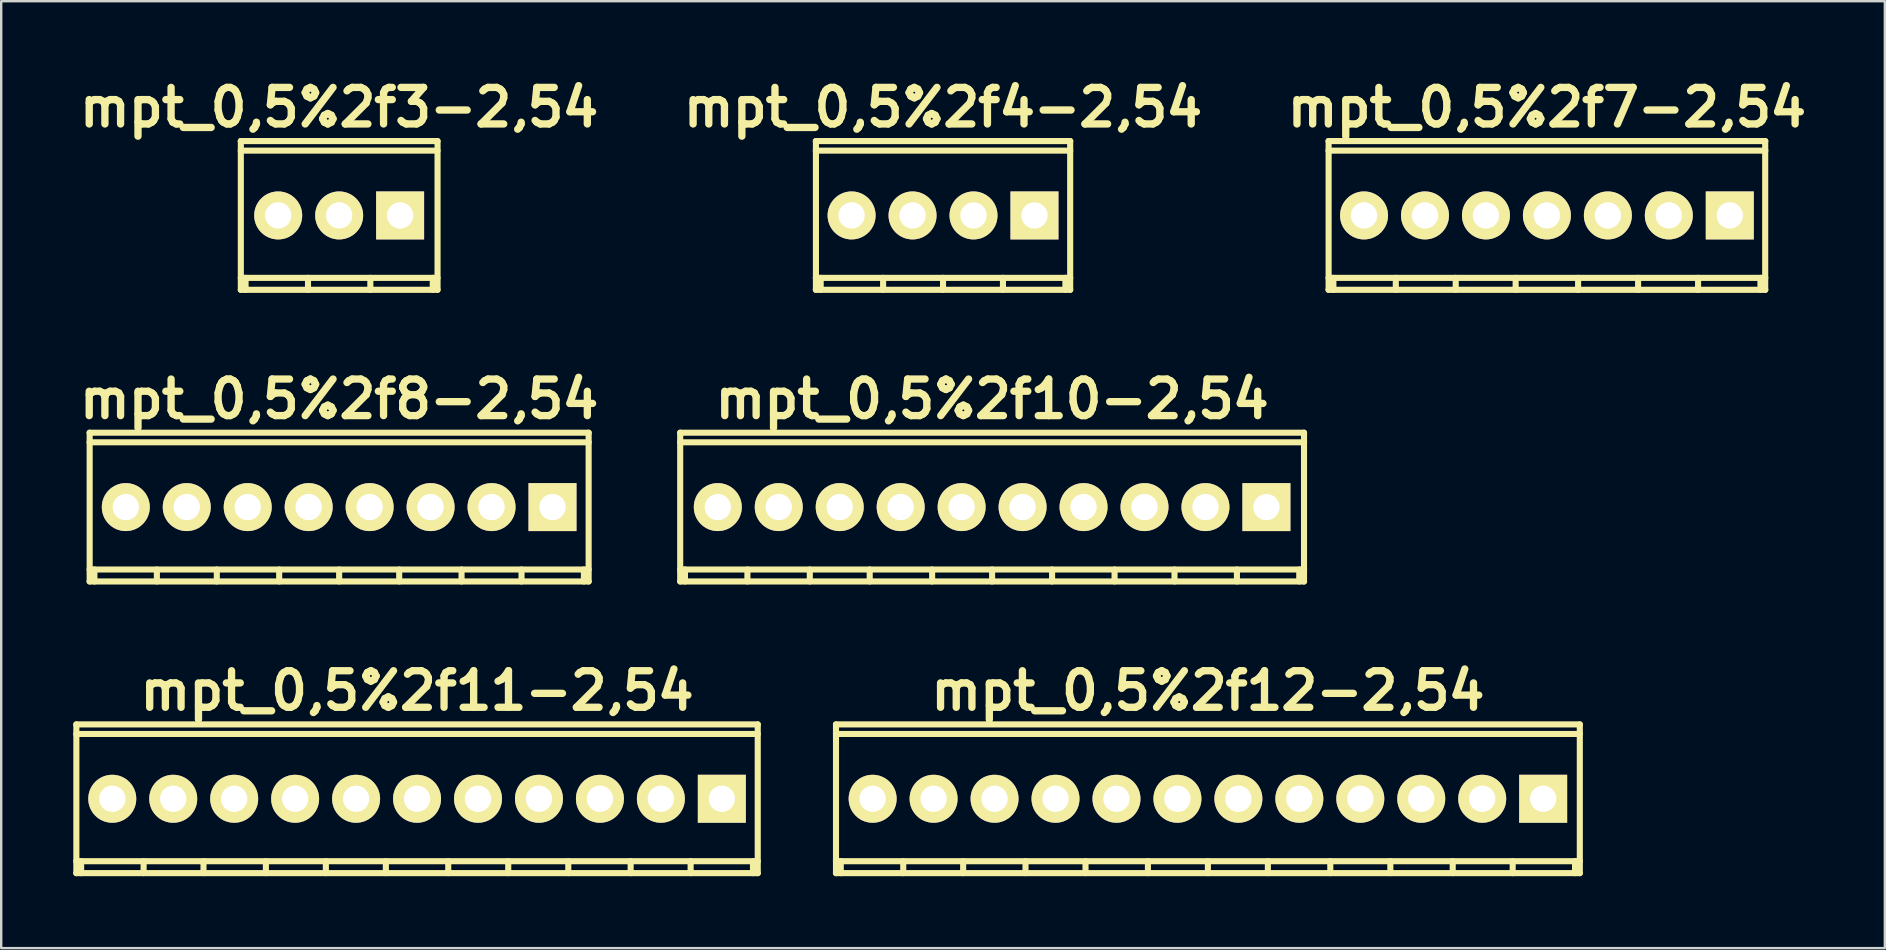
<source format=kicad_pcb>
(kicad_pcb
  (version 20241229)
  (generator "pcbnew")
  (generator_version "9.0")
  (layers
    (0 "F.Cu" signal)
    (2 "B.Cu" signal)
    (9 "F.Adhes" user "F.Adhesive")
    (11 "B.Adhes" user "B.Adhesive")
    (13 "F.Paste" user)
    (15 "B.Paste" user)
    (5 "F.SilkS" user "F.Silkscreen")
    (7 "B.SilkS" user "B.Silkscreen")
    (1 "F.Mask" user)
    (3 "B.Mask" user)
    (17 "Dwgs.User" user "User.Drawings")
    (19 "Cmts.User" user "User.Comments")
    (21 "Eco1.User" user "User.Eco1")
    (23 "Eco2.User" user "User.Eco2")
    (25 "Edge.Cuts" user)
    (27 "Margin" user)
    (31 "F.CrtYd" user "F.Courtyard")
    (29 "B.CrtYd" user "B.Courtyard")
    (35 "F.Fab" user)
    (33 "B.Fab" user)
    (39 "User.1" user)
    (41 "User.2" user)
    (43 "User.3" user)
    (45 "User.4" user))
  (footprint "mpt_0,5%2f12-2,54"
    (layer "F.Cu")
    (at 47.282 30.234)
    (property "Reference" "mpt_0,5%2f12-2,54" (at 0 -4.501 0) (layer "F.SilkS") (effects (font (size 1.524 1.524) (thickness 0.305))))
    (attr through_hole)
    (fp_line (start -15.499 -3.099) (end 15.499 -3.099) (stroke (width 0.254) (type solid)) (layer "F.SilkS"))
    (fp_line (start -15.499 2.601) (end 15.499 2.601) (stroke (width 0.254) (type solid)) (layer "F.SilkS"))
    (fp_line (start -15.497 -3.099) (end -15.497 3.099) (stroke (width 0.254) (type solid)) (layer "F.SilkS"))
    (fp_line (start -15.298 3.099) (end -15.298 2.601) (stroke (width 0.254) (type solid)) (layer "F.SilkS"))
    (fp_line (start -12.695 3.099) (end -12.695 2.601) (stroke (width 0.254) (type solid)) (layer "F.SilkS"))
    (fp_line (start -10.198 2.601) (end -10.198 3.099) (stroke (width 0.254) (type solid)) (layer "F.SilkS"))
    (fp_line (start -7.6 2.601) (end -7.6 3.099) (stroke (width 0.254) (type solid)) (layer "F.SilkS"))
    (fp_line (start -5.1 2.601) (end -5.1 3.099) (stroke (width 0.254) (type solid)) (layer "F.SilkS"))
    (fp_line (start -2.499 2.601) (end -2.499 3.099) (stroke (width 0.254) (type solid)) (layer "F.SilkS"))
    (fp_line (start 0 2.601) (end 0 3.099) (stroke (width 0.254) (type solid)) (layer "F.SilkS"))
    (fp_line (start 2.499 2.601) (end 2.499 3.099) (stroke (width 0.254) (type solid)) (layer "F.SilkS"))
    (fp_line (start 5.1 2.601) (end 5.1 3.099) (stroke (width 0.254) (type solid)) (layer "F.SilkS"))
    (fp_line (start 7.602 2.601) (end 7.602 3.099) (stroke (width 0.254) (type solid)) (layer "F.SilkS"))
    (fp_line (start 10.201 2.601) (end 10.201 3.099) (stroke (width 0.254) (type solid)) (layer "F.SilkS"))
    (fp_line (start 12.7 2.601) (end 12.7 3.099) (stroke (width 0.254) (type solid)) (layer "F.SilkS"))
    (fp_line (start 15.298 2.601) (end 15.298 3.099) (stroke (width 0.254) (type solid)) (layer "F.SilkS"))
    (fp_line (start 15.497 3.099) (end 15.497 -3.099) (stroke (width 0.254) (type solid)) (layer "F.SilkS"))
    (fp_line (start 15.499 -2.7) (end -15.499 -2.7) (stroke (width 0.254) (type solid)) (layer "F.SilkS"))
    (fp_line (start 15.499 3.099) (end -15.499 3.099) (stroke (width 0.254) (type solid)) (layer "F.SilkS"))
    (pad "1" thru_hole rect (at 13.97 0) (size 1.999 1.999) (drill 1.097) (layers "*.Cu" "*.Mask" "F.SilkS"))
    (pad "2" thru_hole oval (at 11.43 0) (size 1.999 1.999) (drill 1.097) (layers "*.Cu" "*.Mask" "F.SilkS"))
    (pad "3" thru_hole oval (at 8.89 0) (size 1.999 1.999) (drill 1.097) (layers "*.Cu" "*.Mask" "F.SilkS"))
    (pad "4" thru_hole oval (at 6.35 0) (size 1.999 1.999) (drill 1.097) (layers "*.Cu" "*.Mask" "F.SilkS"))
    (pad "5" thru_hole oval (at 3.81 0) (size 1.999 1.999) (drill 1.097) (layers "*.Cu" "*.Mask" "F.SilkS"))
    (pad "6" thru_hole oval (at 1.27 0) (size 1.999 1.999) (drill 1.097) (layers "*.Cu" "*.Mask" "F.SilkS"))
    (pad "7" thru_hole oval (at -1.27 0) (size 1.999 1.999) (drill 1.097) (layers "*.Cu" "*.Mask" "F.SilkS"))
    (pad "8" thru_hole oval (at -3.81 0) (size 1.999 1.999) (drill 1.097) (layers "*.Cu" "*.Mask" "F.SilkS"))
    (pad "9" thru_hole oval (at -6.35 0) (size 1.999 1.999) (drill 1.097) (layers "*.Cu" "*.Mask" "F.SilkS"))
    (pad "10" thru_hole oval (at -8.89 0) (size 1.999 1.999) (drill 1.097) (layers "*.Cu" "*.Mask" "F.SilkS"))
    (pad "11" thru_hole oval (at -11.43 0) (size 1.999 1.999) (drill 1.097) (layers "*.Cu" "*.Mask" "F.SilkS"))
    (pad "12" thru_hole oval (at -13.97 0) (size 1.999 1.999) (drill 1.097) (layers "*.Cu" "*.Mask" "F.SilkS")))
  (footprint "mpt_0,5%2f4-2,54"
    (layer "F.Cu")
    (at 36.245 5.927)
    (property "Reference" "mpt_0,5%2f4-2,54" (at 0 -4.501 0) (layer "F.SilkS") (effects (font (size 1.524 1.524) (thickness 0.305))))
    (attr through_hole)
    (fp_line (start -5.301 -2.7) (end 5.301 -2.7) (stroke (width 0.254) (type solid)) (layer "F.SilkS"))
    (fp_line (start -5.301 2.601) (end 5.301 2.601) (stroke (width 0.254) (type solid)) (layer "F.SilkS"))
    (fp_line (start -5.296 -3.099) (end -5.296 3.099) (stroke (width 0.254) (type solid)) (layer "F.SilkS"))
    (fp_line (start -5.098 3.099) (end -5.098 2.601) (stroke (width 0.254) (type solid)) (layer "F.SilkS"))
    (fp_line (start -2.497 3.099) (end -2.497 2.601) (stroke (width 0.254) (type solid)) (layer "F.SilkS"))
    (fp_line (start 0 2.601) (end 0 3.099) (stroke (width 0.254) (type solid)) (layer "F.SilkS"))
    (fp_line (start 2.497 2.601) (end 2.497 3.099) (stroke (width 0.254) (type solid)) (layer "F.SilkS"))
    (fp_line (start 5.1 2.601) (end 5.1 3.099) (stroke (width 0.254) (type solid)) (layer "F.SilkS"))
    (fp_line (start 5.298 3.099) (end 5.298 -3.099) (stroke (width 0.254) (type solid)) (layer "F.SilkS"))
    (fp_line (start 5.301 -3.099) (end -5.301 -3.099) (stroke (width 0.254) (type solid)) (layer "F.SilkS"))
    (fp_line (start 5.301 3.099) (end -5.301 3.099) (stroke (width 0.254) (type solid)) (layer "F.SilkS"))
    (pad "1" thru_hole rect (at 3.81 0) (size 1.999 1.999) (drill 1.097) (layers "*.Cu" "*.Mask" "F.SilkS"))
    (pad "2" thru_hole oval (at 1.27 0) (size 1.999 1.999) (drill 1.097) (layers "*.Cu" "*.Mask" "F.SilkS"))
    (pad "3" thru_hole oval (at -1.27 0) (size 1.999 1.999) (drill 1.097) (layers "*.Cu" "*.Mask" "F.SilkS"))
    (pad "4" thru_hole oval (at -3.81 0) (size 1.999 1.999) (drill 1.097) (layers "*.Cu" "*.Mask" "F.SilkS")))
  (footprint "mpt_0,5%2f10-2,54"
    (layer "F.Cu")
    (at 38.29 18.08)
    (property "Reference" "mpt_0,5%2f10-2,54" (at 0 -4.501 0) (layer "F.SilkS") (effects (font (size 1.524 1.524) (thickness 0.305))))
    (attr through_hole)
    (fp_line (start -13 -3.099) (end 13 -3.099) (stroke (width 0.254) (type solid)) (layer "F.SilkS"))
    (fp_line (start -13 3.099) (end 13 3.099) (stroke (width 0.254) (type solid)) (layer "F.SilkS"))
    (fp_line (start -12.997 -3.099) (end -12.997 3.099) (stroke (width 0.254) (type solid)) (layer "F.SilkS"))
    (fp_line (start -12.799 3.099) (end -12.799 2.601) (stroke (width 0.254) (type solid)) (layer "F.SilkS"))
    (fp_line (start -10.196 3.099) (end -10.196 2.601) (stroke (width 0.254) (type solid)) (layer "F.SilkS"))
    (fp_line (start -7.597 2.601) (end -7.597 3.099) (stroke (width 0.254) (type solid)) (layer "F.SilkS"))
    (fp_line (start -5.1 2.601) (end -5.1 3.099) (stroke (width 0.254) (type solid)) (layer "F.SilkS"))
    (fp_line (start -2.499 2.601) (end -2.499 3.099) (stroke (width 0.254) (type solid)) (layer "F.SilkS"))
    (fp_line (start 0 2.601) (end 0 3.099) (stroke (width 0.254) (type solid)) (layer "F.SilkS"))
    (fp_line (start 2.499 2.601) (end 2.499 3.099) (stroke (width 0.254) (type solid)) (layer "F.SilkS"))
    (fp_line (start 5.103 2.601) (end 5.103 3.099) (stroke (width 0.254) (type solid)) (layer "F.SilkS"))
    (fp_line (start 7.6 2.601) (end 7.6 3.099) (stroke (width 0.254) (type solid)) (layer "F.SilkS"))
    (fp_line (start 10.201 2.601) (end 10.201 3.099) (stroke (width 0.254) (type solid)) (layer "F.SilkS"))
    (fp_line (start 12.799 2.601) (end 12.799 3.099) (stroke (width 0.254) (type solid)) (layer "F.SilkS"))
    (fp_line (start 12.997 3.099) (end 12.997 -3.099) (stroke (width 0.254) (type solid)) (layer "F.SilkS"))
    (fp_line (start 13 -2.7) (end -13 -2.7) (stroke (width 0.254) (type solid)) (layer "F.SilkS"))
    (fp_line (start 13 2.601) (end -13 2.601) (stroke (width 0.254) (type solid)) (layer "F.SilkS"))
    (pad "1" thru_hole rect (at 11.43 0) (size 1.999 1.999) (drill 1.097) (layers "*.Cu" "*.Mask" "F.SilkS"))
    (pad "2" thru_hole oval (at 8.89 0) (size 1.999 1.999) (drill 1.097) (layers "*.Cu" "*.Mask" "F.SilkS"))
    (pad "3" thru_hole oval (at 6.35 0) (size 1.999 1.999) (drill 1.097) (layers "*.Cu" "*.Mask" "F.SilkS"))
    (pad "4" thru_hole oval (at 3.81 0) (size 1.999 1.999) (drill 1.097) (layers "*.Cu" "*.Mask" "F.SilkS"))
    (pad "5" thru_hole oval (at 1.27 0) (size 1.999 1.999) (drill 1.097) (layers "*.Cu" "*.Mask" "F.SilkS"))
    (pad "6" thru_hole oval (at -1.27 0) (size 1.999 1.999) (drill 1.097) (layers "*.Cu" "*.Mask" "F.SilkS"))
    (pad "7" thru_hole oval (at -3.81 0) (size 1.999 1.999) (drill 1.097) (layers "*.Cu" "*.Mask" "F.SilkS"))
    (pad "8" thru_hole oval (at -6.35 0) (size 1.999 1.999) (drill 1.097) (layers "*.Cu" "*.Mask" "F.SilkS"))
    (pad "9" thru_hole oval (at -8.89 0) (size 1.999 1.999) (drill 1.097) (layers "*.Cu" "*.Mask" "F.SilkS"))
    (pad "10" thru_hole oval (at -11.43 0) (size 1.999 1.999) (drill 1.097) (layers "*.Cu" "*.Mask" "F.SilkS")))
  (footprint "mpt_0,5%2f11-2,54"
    (layer "F.Cu")
    (at 14.328 30.234)
    (property "Reference" "mpt_0,5%2f11-2,54" (at 0 -4.501 0) (layer "F.SilkS") (effects (font (size 1.524 1.524) (thickness 0.305))))
    (attr through_hole)
    (fp_line (start -14.201 -3.099) (end 14.201 -3.099) (stroke (width 0.254) (type solid)) (layer "F.SilkS"))
    (fp_line (start -14.201 3.099) (end 14.201 3.099) (stroke (width 0.254) (type solid)) (layer "F.SilkS"))
    (fp_line (start -14.196 -3.099) (end -14.196 3.099) (stroke (width 0.254) (type solid)) (layer "F.SilkS"))
    (fp_line (start -13.998 3.099) (end -13.998 2.601) (stroke (width 0.254) (type solid)) (layer "F.SilkS"))
    (fp_line (start -11.394 3.099) (end -11.394 2.601) (stroke (width 0.254) (type solid)) (layer "F.SilkS"))
    (fp_line (start -8.898 2.601) (end -8.898 3.099) (stroke (width 0.254) (type solid)) (layer "F.SilkS"))
    (fp_line (start -6.299 2.601) (end -6.299 3.099) (stroke (width 0.254) (type solid)) (layer "F.SilkS"))
    (fp_line (start -3.8 2.601) (end -3.8 3.099) (stroke (width 0.254) (type solid)) (layer "F.SilkS"))
    (fp_line (start -1.3 2.601) (end -1.3 3.099) (stroke (width 0.254) (type solid)) (layer "F.SilkS"))
    (fp_line (start 1.3 2.601) (end 1.3 3.099) (stroke (width 0.254) (type solid)) (layer "F.SilkS"))
    (fp_line (start 3.8 2.601) (end 3.8 3.099) (stroke (width 0.254) (type solid)) (layer "F.SilkS"))
    (fp_line (start 6.302 2.601) (end 6.302 3.099) (stroke (width 0.254) (type solid)) (layer "F.SilkS"))
    (fp_line (start 8.9 2.601) (end 8.9 3.099) (stroke (width 0.254) (type solid)) (layer "F.SilkS"))
    (fp_line (start 11.4 2.601) (end 11.4 3.099) (stroke (width 0.254) (type solid)) (layer "F.SilkS"))
    (fp_line (start 13.998 2.601) (end 13.998 3.099) (stroke (width 0.254) (type solid)) (layer "F.SilkS"))
    (fp_line (start 14.196 3.099) (end 14.196 -3.099) (stroke (width 0.254) (type solid)) (layer "F.SilkS"))
    (fp_line (start 14.201 -2.7) (end -14.201 -2.7) (stroke (width 0.254) (type solid)) (layer "F.SilkS"))
    (fp_line (start 14.201 2.601) (end -14.201 2.601) (stroke (width 0.254) (type solid)) (layer "F.SilkS"))
    (pad "1" thru_hole rect (at 12.7 0) (size 1.999 1.999) (drill 1.097) (layers "*.Cu" "*.Mask" "F.SilkS"))
    (pad "2" thru_hole oval (at 10.16 0) (size 1.999 1.999) (drill 1.097) (layers "*.Cu" "*.Mask" "F.SilkS"))
    (pad "3" thru_hole oval (at 7.62 0) (size 1.999 1.999) (drill 1.097) (layers "*.Cu" "*.Mask" "F.SilkS"))
    (pad "4" thru_hole oval (at 5.08 0) (size 1.999 1.999) (drill 1.097) (layers "*.Cu" "*.Mask" "F.SilkS"))
    (pad "5" thru_hole oval (at 2.54 0) (size 1.999 1.999) (drill 1.097) (layers "*.Cu" "*.Mask" "F.SilkS"))
    (pad "6" thru_hole oval (at 0 0) (size 1.999 1.999) (drill 1.097) (layers "*.Cu" "*.Mask" "F.SilkS"))
    (pad "7" thru_hole oval (at -2.54 0) (size 1.999 1.999) (drill 1.097) (layers "*.Cu" "*.Mask" "F.SilkS"))
    (pad "8" thru_hole oval (at -5.08 0) (size 1.999 1.999) (drill 1.097) (layers "*.Cu" "*.Mask" "F.SilkS"))
    (pad "9" thru_hole oval (at -7.62 0) (size 1.999 1.999) (drill 1.097) (layers "*.Cu" "*.Mask" "F.SilkS"))
    (pad "10" thru_hole oval (at -10.16 0) (size 1.999 1.999) (drill 1.097) (layers "*.Cu" "*.Mask" "F.SilkS"))
    (pad "11" thru_hole oval (at -12.7 0) (size 1.999 1.999) (drill 1.097) (layers "*.Cu" "*.Mask" "F.SilkS")))
  (footprint "mpt_0,5%2f8-2,54"
    (layer "F.Cu")
    (at 11.082 18.08)
    (property "Reference" "mpt_0,5%2f8-2,54" (at 0 -4.501 0) (layer "F.SilkS") (effects (font (size 1.524 1.524) (thickness 0.305))))
    (attr through_hole)
    (fp_line (start -10.399 -2.7) (end 10.399 -2.7) (stroke (width 0.254) (type solid)) (layer "F.SilkS"))
    (fp_line (start -10.399 2.601) (end 10.399 2.601) (stroke (width 0.254) (type solid)) (layer "F.SilkS"))
    (fp_line (start -10.396 -3.099) (end -10.396 3.099) (stroke (width 0.254) (type solid)) (layer "F.SilkS"))
    (fp_line (start -10.198 3.099) (end -10.198 2.601) (stroke (width 0.254) (type solid)) (layer "F.SilkS"))
    (fp_line (start -7.595 3.099) (end -7.595 2.601) (stroke (width 0.254) (type solid)) (layer "F.SilkS"))
    (fp_line (start -5.098 2.601) (end -5.098 3.099) (stroke (width 0.254) (type solid)) (layer "F.SilkS"))
    (fp_line (start -2.499 2.601) (end -2.499 3.099) (stroke (width 0.254) (type solid)) (layer "F.SilkS"))
    (fp_line (start 0 2.601) (end 0 3.099) (stroke (width 0.254) (type solid)) (layer "F.SilkS"))
    (fp_line (start 2.502 2.601) (end 2.502 3.099) (stroke (width 0.254) (type solid)) (layer "F.SilkS"))
    (fp_line (start 5.1 2.601) (end 5.1 3.099) (stroke (width 0.254) (type solid)) (layer "F.SilkS"))
    (fp_line (start 7.6 2.601) (end 7.6 3.099) (stroke (width 0.254) (type solid)) (layer "F.SilkS"))
    (fp_line (start 10.198 2.601) (end 10.198 3.099) (stroke (width 0.254) (type solid)) (layer "F.SilkS"))
    (fp_line (start 10.396 3.099) (end 10.396 -3.099) (stroke (width 0.254) (type solid)) (layer "F.SilkS"))
    (fp_line (start 10.399 -3.099) (end -10.399 -3.099) (stroke (width 0.254) (type solid)) (layer "F.SilkS"))
    (fp_line (start 10.399 3.099) (end -10.399 3.099) (stroke (width 0.254) (type solid)) (layer "F.SilkS"))
    (pad "1" thru_hole rect (at 8.89 0) (size 1.999 1.999) (drill 1.097) (layers "*.Cu" "*.Mask" "F.SilkS"))
    (pad "2" thru_hole oval (at 6.35 0) (size 1.999 1.999) (drill 1.097) (layers "*.Cu" "*.Mask" "F.SilkS"))
    (pad "3" thru_hole oval (at 3.81 0) (size 1.999 1.999) (drill 1.097) (layers "*.Cu" "*.Mask" "F.SilkS"))
    (pad "4" thru_hole oval (at 1.27 0) (size 1.999 1.999) (drill 1.097) (layers "*.Cu" "*.Mask" "F.SilkS"))
    (pad "5" thru_hole oval (at -1.27 0) (size 1.999 1.999) (drill 1.097) (layers "*.Cu" "*.Mask" "F.SilkS"))
    (pad "6" thru_hole oval (at -3.81 0) (size 1.999 1.999) (drill 1.097) (layers "*.Cu" "*.Mask" "F.SilkS"))
    (pad "7" thru_hole oval (at -6.35 0) (size 1.999 1.999) (drill 1.097) (layers "*.Cu" "*.Mask" "F.SilkS"))
    (pad "8" thru_hole oval (at -8.89 0) (size 1.999 1.999) (drill 1.097) (layers "*.Cu" "*.Mask" "F.SilkS")))
  (footprint "mpt_0,5%2f3-2,54"
    (layer "F.Cu")
    (at 11.082 5.927)
    (property "Reference" "mpt_0,5%2f3-2,54" (at 0 -4.501 0) (layer "F.SilkS") (effects (font (size 1.524 1.524) (thickness 0.305))))
    (attr through_hole)
    (fp_line (start -4.1 3.099) (end 4.1 3.099) (stroke (width 0.254) (type solid)) (layer "F.SilkS"))
    (fp_line (start -4.097 -3.099) (end -4.097 3.099) (stroke (width 0.254) (type solid)) (layer "F.SilkS"))
    (fp_line (start -3.899 3.099) (end -3.899 2.601) (stroke (width 0.254) (type solid)) (layer "F.SilkS"))
    (fp_line (start -1.298 3.099) (end -1.298 2.601) (stroke (width 0.254) (type solid)) (layer "F.SilkS"))
    (fp_line (start 1.3 2.601) (end 1.3 3.099) (stroke (width 0.254) (type solid)) (layer "F.SilkS"))
    (fp_line (start 3.901 2.601) (end 3.901 3.099) (stroke (width 0.254) (type solid)) (layer "F.SilkS"))
    (fp_line (start 4.1 -3.099) (end -4.1 -3.099) (stroke (width 0.254) (type solid)) (layer "F.SilkS"))
    (fp_line (start 4.1 -2.7) (end -4.1 -2.7) (stroke (width 0.254) (type solid)) (layer "F.SilkS"))
    (fp_line (start 4.1 2.601) (end -4.1 2.601) (stroke (width 0.254) (type solid)) (layer "F.SilkS"))
    (fp_line (start 4.1 3.099) (end 4.1 -3.099) (stroke (width 0.254) (type solid)) (layer "F.SilkS"))
    (pad "1" thru_hole rect (at 2.54 0) (size 1.999 1.999) (drill 1.097) (layers "*.Cu" "*.Mask" "F.SilkS"))
    (pad "2" thru_hole oval (at 0 0) (size 1.999 1.999) (drill 1.097) (layers "*.Cu" "*.Mask" "F.SilkS"))
    (pad "3" thru_hole oval (at -2.54 0) (size 1.999 1.999) (drill 1.097) (layers "*.Cu" "*.Mask" "F.SilkS")))
  (footprint "mpt_0,5%2f7-2,54"
    (layer "F.Cu")
    (at 61.408 5.927)
    (property "Reference" "mpt_0,5%2f7-2,54" (at 0 -4.501 0) (layer "F.SilkS") (effects (font (size 1.524 1.524) (thickness 0.305))))
    (attr through_hole)
    (fp_line (start -9.101 3.099) (end 9.101 3.099) (stroke (width 0.254) (type solid)) (layer "F.SilkS"))
    (fp_line (start -9.096 -3.099) (end -9.096 3.099) (stroke (width 0.254) (type solid)) (layer "F.SilkS"))
    (fp_line (start -8.898 3.099) (end -8.898 2.601) (stroke (width 0.254) (type solid)) (layer "F.SilkS"))
    (fp_line (start -6.297 3.099) (end -6.297 2.601) (stroke (width 0.254) (type solid)) (layer "F.SilkS"))
    (fp_line (start -3.8 2.601) (end -3.8 3.099) (stroke (width 0.254) (type solid)) (layer "F.SilkS"))
    (fp_line (start -1.303 2.601) (end -1.303 3.099) (stroke (width 0.254) (type solid)) (layer "F.SilkS"))
    (fp_line (start 1.3 2.601) (end 1.3 3.099) (stroke (width 0.254) (type solid)) (layer "F.SilkS"))
    (fp_line (start 3.8 2.601) (end 3.8 3.099) (stroke (width 0.254) (type solid)) (layer "F.SilkS"))
    (fp_line (start 6.299 2.601) (end 6.299 3.099) (stroke (width 0.254) (type solid)) (layer "F.SilkS"))
    (fp_line (start 8.898 2.601) (end 8.898 3.099) (stroke (width 0.254) (type solid)) (layer "F.SilkS"))
    (fp_line (start 9.096 3.099) (end 9.096 -3.099) (stroke (width 0.254) (type solid)) (layer "F.SilkS"))
    (fp_line (start 9.101 -3.099) (end -9.101 -3.099) (stroke (width 0.254) (type solid)) (layer "F.SilkS"))
    (fp_line (start 9.101 -2.7) (end -9.101 -2.7) (stroke (width 0.254) (type solid)) (layer "F.SilkS"))
    (fp_line (start 9.101 2.601) (end -9.101 2.601) (stroke (width 0.254) (type solid)) (layer "F.SilkS"))
    (pad "1" thru_hole rect (at 7.62 0) (size 1.999 1.999) (drill 1.097) (layers "*.Cu" "*.Mask" "F.SilkS"))
    (pad "2" thru_hole oval (at 5.08 0) (size 1.999 1.999) (drill 1.097) (layers "*.Cu" "*.Mask" "F.SilkS"))
    (pad "3" thru_hole oval (at 2.54 0) (size 1.999 1.999) (drill 1.097) (layers "*.Cu" "*.Mask" "F.SilkS"))
    (pad "4" thru_hole oval (at 0 0) (size 1.999 1.999) (drill 1.097) (layers "*.Cu" "*.Mask" "F.SilkS"))
    (pad "5" thru_hole oval (at -2.54 0) (size 1.999 1.999) (drill 1.097) (layers "*.Cu" "*.Mask" "F.SilkS"))
    (pad "6" thru_hole oval (at -5.08 0) (size 1.999 1.999) (drill 1.097) (layers "*.Cu" "*.Mask" "F.SilkS"))
    (pad "7" thru_hole oval (at -7.62 0) (size 1.999 1.999) (drill 1.097) (layers "*.Cu" "*.Mask" "F.SilkS")))
  (gr_rect
    (start -3 -3)
    (end 75.49 36.459)
    (stroke (width 0.1) (type default))
    (fill no)
    (layer "Edge.Cuts")))
</source>
